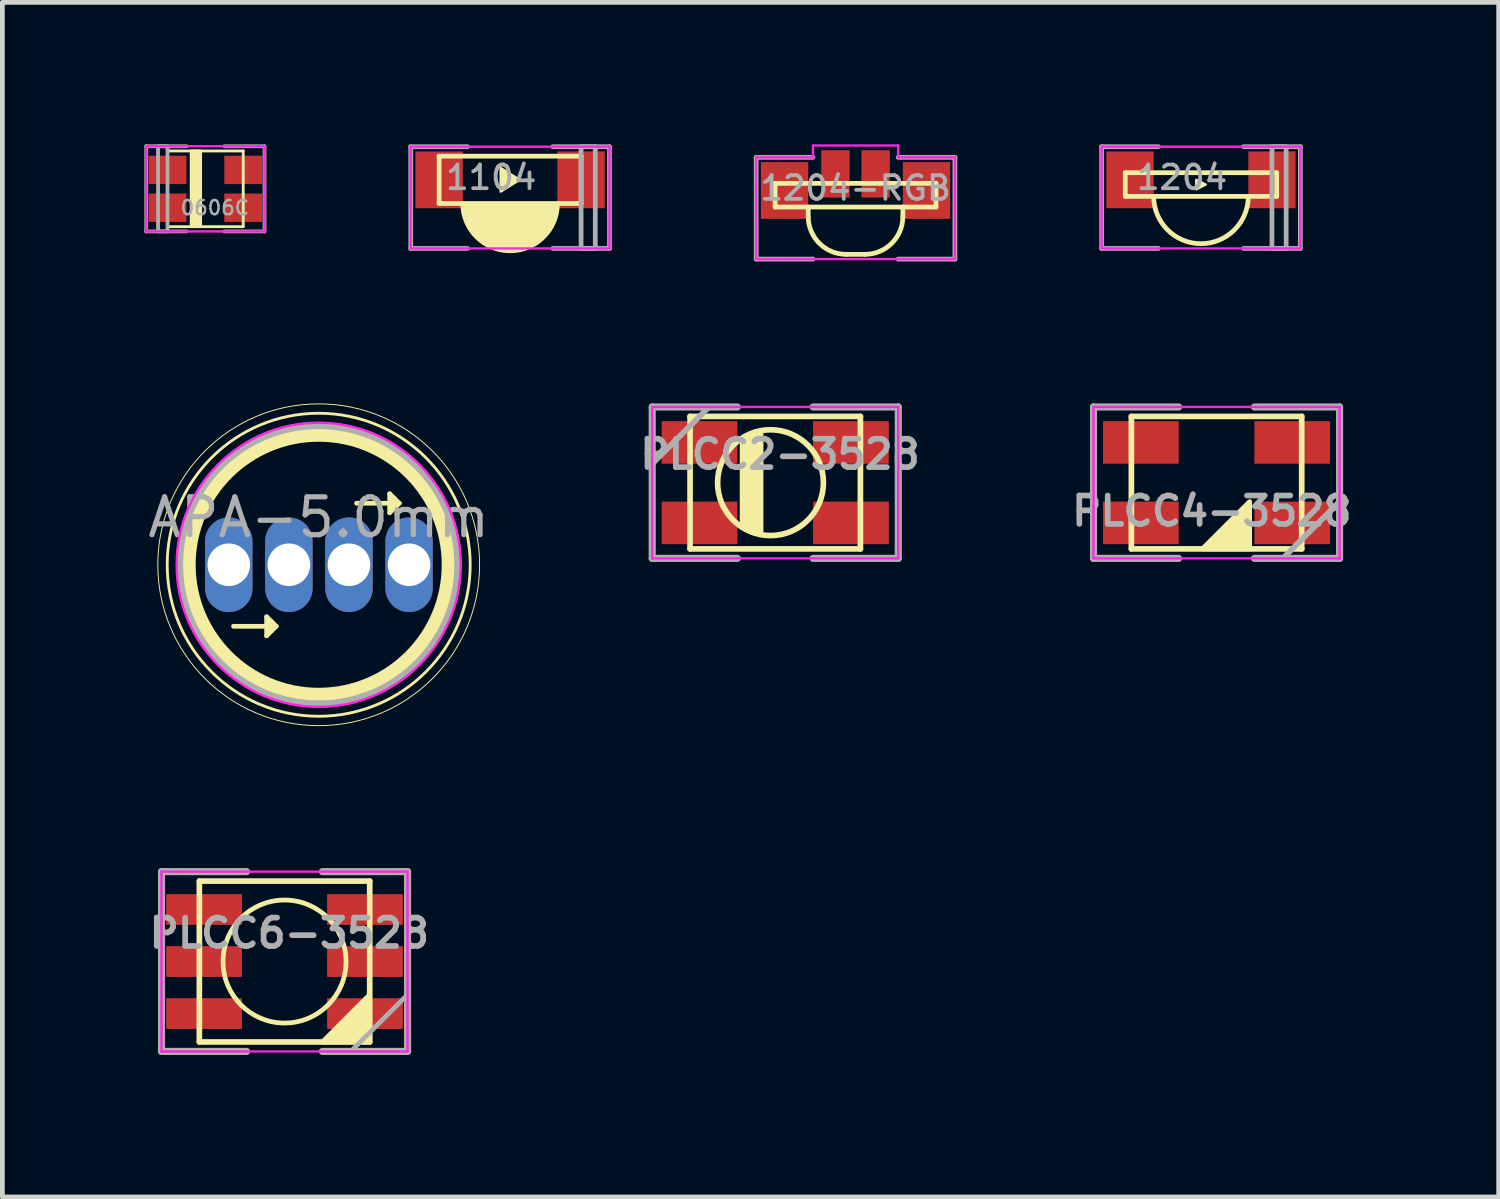
<source format=kicad_pcb>
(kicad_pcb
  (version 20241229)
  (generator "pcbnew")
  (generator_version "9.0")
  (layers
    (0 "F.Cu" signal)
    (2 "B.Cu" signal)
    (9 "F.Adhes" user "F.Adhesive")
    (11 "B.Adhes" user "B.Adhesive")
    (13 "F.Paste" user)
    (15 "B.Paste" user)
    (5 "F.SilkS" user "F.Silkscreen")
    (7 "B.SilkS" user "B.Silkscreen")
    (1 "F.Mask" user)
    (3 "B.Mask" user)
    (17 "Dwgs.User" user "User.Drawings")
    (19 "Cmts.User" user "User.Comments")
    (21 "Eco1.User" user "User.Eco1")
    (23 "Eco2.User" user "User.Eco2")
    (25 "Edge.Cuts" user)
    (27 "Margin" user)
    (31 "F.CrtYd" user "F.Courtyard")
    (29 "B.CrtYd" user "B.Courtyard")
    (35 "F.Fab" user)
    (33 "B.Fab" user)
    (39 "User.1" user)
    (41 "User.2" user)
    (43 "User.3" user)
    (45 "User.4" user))
  (footprint "PLCC6-3528"
    (layer "F.Cu")
    (at 2.963 17.27)
    (property "Reference" "PLCC6-3528" (at 0.1 -0.6 0) (layer "F.Fab") (effects (font (size 0.6 0.6) (thickness 0.12))))
    (attr smd)
    (fp_line (start -1.8 1.7) (end -1.8 -1.7) (stroke (width 0.12) (type solid)) (layer "F.SilkS"))
    (fp_line (start 1.8 -1.7) (end -1.8 -1.7) (stroke (width 0.12) (type solid)) (layer "F.SilkS"))
    (fp_line (start 1.8 -1.7) (end 1.8 1.7) (stroke (width 0.12) (type solid)) (layer "F.SilkS"))
    (fp_line (start 1.8 1.7) (end -1.8 1.7) (stroke (width 0.12) (type solid)) (layer "F.SilkS"))
    (fp_circle (center 0 0) (end 1.3 0) (stroke (width 0.1) (type solid)) (fill no) (layer "F.SilkS"))
    (fp_poly (pts (xy 0.8 1.7) (xy 1.8 0.7) (xy 1.8 1.7)) (stroke (width 0.1) (type solid)) (fill yes) (layer "F.SilkS"))
    (fp_line (start -2.6 1.9) (end -2.6 -1.9) (stroke (width 0.05) (type solid)) (layer "F.CrtYd"))
    (fp_line (start 2.6 -1.9) (end -2.6 -1.9) (stroke (width 0.05) (type solid)) (layer "F.CrtYd"))
    (fp_line (start 2.6 1.9) (end -2.6 1.9) (stroke (width 0.05) (type solid)) (layer "F.CrtYd"))
    (fp_line (start 2.6 1.9) (end 2.6 -1.9) (stroke (width 0.05) (type solid)) (layer "F.CrtYd"))
    (fp_line (start -2.6 -1.9) (end -2.6 1.9) (stroke (width 0.15) (type solid)) (layer "F.Fab"))
    (fp_line (start -2.6 1.9) (end -0.8 1.9) (stroke (width 0.15) (type solid)) (layer "F.Fab"))
    (fp_line (start -0.8 -1.9) (end -2.6 -1.9) (stroke (width 0.15) (type solid)) (layer "F.Fab"))
    (fp_line (start 2.6 -1.9) (end 0.8 -1.9) (stroke (width 0.15) (type solid)) (layer "F.Fab"))
    (fp_line (start 2.6 -1.9) (end 2.6 1.9) (stroke (width 0.15) (type solid)) (layer "F.Fab"))
    (fp_line (start 2.6 1.9) (end 0.8 1.9) (stroke (width 0.15) (type solid)) (layer "F.Fab"))
    (fp_poly (pts (xy 1.4 1.9) (xy 2.6 0.7) (xy 2.6 1.9)) (stroke (width 0.1) (type solid)) (fill no) (layer "F.Fab"))
    (pad "1" smd rect (at -1.7 -1.1) (size 1.6 0.65) (layers "F.Cu" "F.Mask" "F.Paste"))
    (pad "2" smd rect (at 1.7 -1.1) (size 1.6 0.65) (layers "F.Cu" "F.Mask" "F.Paste"))
    (pad "3" smd rect (at -1.7 0) (size 1.6 0.65) (layers "F.Cu" "F.Mask" "F.Paste"))
    (pad "4" smd rect (at 1.7 0) (size 1.6 0.65) (layers "F.Cu" "F.Mask" "F.Paste"))
    (pad "5" smd rect (at -1.7 1.1) (size 1.6 0.65) (layers "F.Cu" "F.Mask" "F.Paste"))
    (pad "6" smd rect (at 1.7 1.1) (size 1.6 0.65) (layers "F.Cu" "F.Mask" "F.Paste")))
  (footprint "PLCC2-3528"
    (layer "F.Cu")
    (at 13.333 7.15)
    (property "Reference" "PLCC2-3528" (at 0.1 -0.6 0) (layer "F.Fab") (effects (font (size 0.6 0.6) (thickness 0.12))))
    (attr smd)
    (fp_line (start -1.8 -1.4) (end 1.8 -1.4) (stroke (width 0.12) (type solid)) (layer "F.SilkS"))
    (fp_line (start -1.8 1.4) (end -1.8 -1.4) (stroke (width 0.12) (type solid)) (layer "F.SilkS"))
    (fp_line (start 1.8 -1.4) (end 1.8 1.4) (stroke (width 0.12) (type solid)) (layer "F.SilkS"))
    (fp_line (start 1.8 1.4) (end -1.8 1.4) (stroke (width 0.12) (type solid)) (layer "F.SilkS"))
    (fp_circle (center -0.1 0) (end 0.9 0.5) (stroke (width 0.12) (type solid)) (fill no) (layer "F.SilkS"))
    (fp_poly (pts (xy -0.3 1.1) (xy -0.7 0.9) (xy -0.7 -0.9) (xy -0.3 -1.1)) (stroke (width 0.1) (type solid)) (fill yes) (layer "F.SilkS"))
    (fp_line (start -2.6 1.6) (end -2.6 -1.6) (stroke (width 0.05) (type solid)) (layer "F.CrtYd"))
    (fp_line (start 2.6 -1.6) (end -2.6 -1.6) (stroke (width 0.05) (type solid)) (layer "F.CrtYd"))
    (fp_line (start 2.6 1.6) (end -2.6 1.6) (stroke (width 0.05) (type solid)) (layer "F.CrtYd"))
    (fp_line (start 2.6 1.6) (end 2.6 -1.6) (stroke (width 0.05) (type solid)) (layer "F.CrtYd"))
    (fp_line (start -2.6 -1.6) (end -2.6 1.6) (stroke (width 0.15) (type solid)) (layer "F.Fab"))
    (fp_line (start -2.6 -0.4) (end -1.4 -1.6) (stroke (width 0.12) (type solid)) (layer "F.Fab"))
    (fp_line (start -2.6 1.6) (end -0.8 1.6) (stroke (width 0.15) (type solid)) (layer "F.Fab"))
    (fp_line (start -0.8 -1.6) (end -2.6 -1.6) (stroke (width 0.15) (type solid)) (layer "F.Fab"))
    (fp_line (start 2.6 -1.6) (end 0.8 -1.6) (stroke (width 0.15) (type solid)) (layer "F.Fab"))
    (fp_line (start 2.6 -1.6) (end 2.6 1.6) (stroke (width 0.15) (type solid)) (layer "F.Fab"))
    (fp_line (start 2.6 1.6) (end 0.8 1.6) (stroke (width 0.15) (type solid)) (layer "F.Fab"))
    (fp_poly (pts (xy -1.4 -1.6) (xy -2.6 -0.4) (xy -2.6 -1.6)) (stroke (width 0.1) (type solid)) (fill no) (layer "F.Fab"))
    (pad "" smd rect (at -1.6 -0.85) (size 1.6 0.9) (layers "F.Cu" "F.Mask" "F.Paste"))
    (pad "" smd rect (at 1.6 0.85) (size 1.6 0.9) (layers "F.Cu" "F.Mask" "F.Paste"))
    (pad "1" smd rect (at -1.6 0.85) (size 1.6 0.9) (layers "F.Cu" "F.Mask" "F.Paste"))
    (pad "2" smd rect (at 1.6 -0.85) (size 1.6 0.9) (layers "F.Cu" "F.Mask" "F.Paste")))
  (footprint "APA-5.0mm"
    (layer "F.Cu")
    (at 3.685 8.885)
    (property "Reference" "APA-5.0mm" (at 0 -1 0) (layer "F.Fab") (effects (font (size 0.8 0.8) (thickness 0.11))))
    (attr through_hole)
    (fp_line (start -1.8 1.3) (end -0.9 1.3) (stroke (width 0.1) (type solid)) (layer "F.SilkS"))
    (fp_line (start -1.1 1.1) (end -1.1 1.5) (stroke (width 0.1) (type solid)) (layer "F.SilkS"))
    (fp_line (start -1.1 1.3) (end -1 1.4) (stroke (width 0.1) (type solid)) (layer "F.SilkS"))
    (fp_line (start -1.1 1.5) (end -0.9 1.3) (stroke (width 0.1) (type solid)) (layer "F.SilkS"))
    (fp_line (start -1 1.2) (end -1.1 1.3) (stroke (width 0.1) (type solid)) (layer "F.SilkS"))
    (fp_line (start -0.9 1.3) (end -1.1 1.1) (stroke (width 0.1) (type solid)) (layer "F.SilkS"))
    (fp_line (start 0.8 -1.3) (end 1.7 -1.3) (stroke (width 0.1) (type solid)) (layer "F.SilkS"))
    (fp_line (start 1.5 -1.5) (end 1.5 -1.1) (stroke (width 0.1) (type solid)) (layer "F.SilkS"))
    (fp_line (start 1.5 -1.3) (end 1.6 -1.2) (stroke (width 0.1) (type solid)) (layer "F.SilkS"))
    (fp_line (start 1.5 -1.1) (end 1.7 -1.3) (stroke (width 0.1) (type solid)) (layer "F.SilkS"))
    (fp_line (start 1.6 -1.4) (end 1.5 -1.3) (stroke (width 0.1) (type solid)) (layer "F.SilkS"))
    (fp_line (start 1.7 -1.3) (end 1.5 -1.5) (stroke (width 0.1) (type solid)) (layer "F.SilkS"))
    (fp_circle (center 0 0) (end 2.8 0) (stroke (width 0.4) (type solid)) (fill no) (layer "F.SilkS"))
    (fp_circle (center 0 0) (end 3.2 0.1) (stroke (width 0.06) (type solid)) (fill no) (layer "F.SilkS"))
    (fp_circle (center 0 0) (end 3.4 0) (stroke (width 0.02) (type solid)) (fill no) (layer "F.SilkS"))
    (fp_circle (center 0 0) (end 2.6 1.5) (stroke (width 0.05) (type solid)) (fill no) (layer "F.CrtYd"))
    (fp_circle (center 0 0) (end 2.4 1.7) (stroke (width 0.15) (type solid)) (fill no) (layer "F.Fab"))
    (pad "1" thru_hole oval (at -0.63 0) (size 1 2) (drill 0.9) (layers "*.Cu" "*.Mask"))
    (pad "2" thru_hole oval (at 1.91 0) (size 1 2) (drill 0.9) (layers "*.Cu" "*.Mask"))
    (pad "3" thru_hole oval (at 0.64 0) (size 1 2) (drill 0.9) (layers "*.Cu" "*.Mask"))
    (pad "4" thru_hole oval (at -1.9 0) (size 1 2) (drill 0.9) (layers "*.Cu" "*.Mask")))
  (footprint "1104"
    (layer "F.Cu")
    (at 7.73 0.9)
    (property "Reference" "1104" (at -0.4 -0.2 0) (layer "F.Fab") (effects (font (size 0.5 0.5) (thickness 0.08))))
    (attr smd)
    (fp_line (start -1.5 -0.65) (end 1.5 -0.65) (stroke (width 0.1) (type solid)) (layer "F.SilkS"))
    (fp_line (start -1.5 0.35) (end -1.5 -0.65) (stroke (width 0.1) (type solid)) (layer "F.SilkS"))
    (fp_line (start 1.5 0.35) (end -1.5 0.35) (stroke (width 0.1) (type solid)) (layer "F.SilkS"))
    (fp_line (start 1.5 0.35) (end 1.5 -0.65) (stroke (width 0.1) (type solid)) (layer "F.SilkS"))
    (fp_arc (start 1 0.35) (mid 0 1.35) (end -1 0.35) (stroke (width 0.1) (type solid)) (layer "F.SilkS"))
    (fp_poly (pts (xy -0.2 -0.4) (xy 0.2 -0.15) (xy -0.2 0.1)) (stroke (width 0.05) (type solid)) (fill yes) (layer "F.SilkS"))
    (fp_poly (pts (xy 0.95 0.7) (xy 0.8 0.95) (xy 0.55 1.2) (xy 0.35 1.3) (xy 0 1.35) (xy -0.35 1.3) (xy -0.55 1.2) (xy -0.8 0.95) (xy -0.95 0.7) (xy -1 0.35) (xy 1 0.35)) (stroke (width 0.05) (type solid)) (fill yes) (layer "F.SilkS"))
    (fp_line (start -2.1 -0.85) (end -2.1 1.3) (stroke (width 0.05) (type solid)) (layer "F.CrtYd"))
    (fp_line (start -2.1 1.3) (end 2.1 1.3) (stroke (width 0.05) (type solid)) (layer "F.CrtYd"))
    (fp_line (start 2.1 -0.85) (end -2.1 -0.85) (stroke (width 0.05) (type solid)) (layer "F.CrtYd"))
    (fp_line (start 2.1 1.3) (end 2.1 -0.85) (stroke (width 0.05) (type solid)) (layer "F.CrtYd"))
    (fp_line (start -2.1 -0.85) (end -2.1 1.3) (stroke (width 0.1) (type solid)) (layer "F.Fab"))
    (fp_line (start -2.1 1.3) (end -0.9 1.3) (stroke (width 0.1) (type solid)) (layer "F.Fab"))
    (fp_line (start -0.9 -0.85) (end -2.1 -0.85) (stroke (width 0.1) (type solid)) (layer "F.Fab"))
    (fp_line (start 0.9 -0.85) (end 2.1 -0.85) (stroke (width 0.1) (type solid)) (layer "F.Fab"))
    (fp_line (start 2.1 -0.85) (end 2.1 1.3) (stroke (width 0.1) (type solid)) (layer "F.Fab"))
    (fp_line (start 2.1 1.3) (end 0.9 1.3) (stroke (width 0.1) (type solid)) (layer "F.Fab"))
    (fp_poly (pts (xy 1.8 1.3) (xy 1.5 1.3) (xy 1.5 -0.85) (xy 1.8 -0.85)) (stroke (width 0.1) (type solid)) (fill no) (layer "F.Fab"))
    (pad "1" smd rect (at 1.5 -0.15) (size 1 1.2) (layers "F.Cu" "F.Mask" "F.Paste"))
    (pad "2" smd rect (at -1.5 -0.15) (size 1 1.2) (layers "F.Cu" "F.Mask" "F.Paste")))
  (footprint "0606C"
    (layer "F.Cu")
    (at 1.29 0.94)
    (property "Reference" "0606C" (at 0.2 0.4 0) (layer "F.Fab") (effects (font (size 0.3 0.3) (thickness 0.05))))
    (attr smd)
    (fp_line (start -0.8 -0.8) (end -0.8 0.8) (stroke (width 0.06) (type solid)) (layer "F.SilkS"))
    (fp_line (start -0.8 0.8) (end 0.8 0.8) (stroke (width 0.06) (type solid)) (layer "F.SilkS"))
    (fp_line (start 0.8 -0.8) (end -0.8 -0.8) (stroke (width 0.06) (type solid)) (layer "F.SilkS"))
    (fp_line (start 0.8 -0.8) (end 0.8 0.8) (stroke (width 0.06) (type solid)) (layer "F.SilkS"))
    (fp_poly (pts (xy -0.3 -0.8) (xy -0.3 0.8) (xy -0.1 0.8) (xy -0.1 -0.8)) (stroke (width 0.06) (type solid)) (fill yes) (layer "F.SilkS"))
    (fp_line (start -1.25 -0.9) (end 1.25 -0.9) (stroke (width 0.05) (type solid)) (layer "F.CrtYd"))
    (fp_line (start -1.25 0.9) (end -1.25 -0.9) (stroke (width 0.05) (type solid)) (layer "F.CrtYd"))
    (fp_line (start 1.25 -0.9) (end 1.25 0.9) (stroke (width 0.05) (type solid)) (layer "F.CrtYd"))
    (fp_line (start 1.25 0.9) (end -1.25 0.9) (stroke (width 0.05) (type solid)) (layer "F.CrtYd"))
    (fp_line (start -1.25 -0.9) (end -1.25 0.9) (stroke (width 0.08) (type solid)) (layer "F.Fab"))
    (fp_line (start -1.25 0.9) (end -0.4 0.9) (stroke (width 0.08) (type solid)) (layer "F.Fab"))
    (fp_line (start -0.4 -0.9) (end -1.25 -0.9) (stroke (width 0.08) (type solid)) (layer "F.Fab"))
    (fp_line (start 0.4 -0.9) (end 1.25 -0.9) (stroke (width 0.08) (type solid)) (layer "F.Fab"))
    (fp_line (start 1.25 -0.9) (end 1.25 0.9) (stroke (width 0.08) (type solid)) (layer "F.Fab"))
    (fp_line (start 1.25 0.9) (end 0.4 0.9) (stroke (width 0.08) (type solid)) (layer "F.Fab"))
    (fp_poly (pts (xy -1 -0.9) (xy -1 0.9) (xy -0.8 0.9) (xy -0.8 -0.9)) (stroke (width 0.08) (type solid)) (fill no) (layer "F.Fab"))
    (pad "1" smd rect (at -0.8 -0.4) (size 0.8 0.6) (layers "F.Cu" "F.Mask" "F.Paste"))
    (pad "1" smd rect (at -0.8 0.4) (size 0.8 0.6) (layers "F.Cu" "F.Mask" "F.Paste"))
    (pad "2" smd rect (at 0.8 -0.4) (size 0.8 0.6) (layers "F.Cu" "F.Mask" "F.Paste"))
    (pad "2" smd rect (at 0.8 0.4) (size 0.8 0.6) (layers "F.Cu" "F.Mask" "F.Paste")))
  (footprint "1204-RGB"
    (layer "F.Cu")
    (at 15.03 1.125)
    (property "Reference" "1204-RGB" (at 0 -0.2 0) (layer "F.Fab") (effects (font (size 0.5 0.5) (thickness 0.08))))
    (attr smd)
    (fp_line (start -1.7 -0.3) (end 1.7 -0.3) (stroke (width 0.1) (type solid)) (layer "F.SilkS"))
    (fp_line (start -1.7 0.2) (end -1.7 -0.3) (stroke (width 0.1) (type solid)) (layer "F.SilkS"))
    (fp_line (start -1 0.2) (end -1 0.4) (stroke (width 0.1) (type solid)) (layer "F.SilkS"))
    (fp_line (start -0.2 1.2) (end 0.2 1.2) (stroke (width 0.1) (type solid)) (layer "F.SilkS"))
    (fp_line (start 1 0.2) (end 1 0.4) (stroke (width 0.1) (type solid)) (layer "F.SilkS"))
    (fp_line (start 1.7 -0.3) (end 1.7 0.2) (stroke (width 0.1) (type solid)) (layer "F.SilkS"))
    (fp_line (start 1.7 0.2) (end -1.7 0.2) (stroke (width 0.1) (type solid)) (layer "F.SilkS"))
    (fp_arc (start -0.2 1.2) (mid -0.765685 0.965685) (end -1 0.4) (stroke (width 0.1) (type solid)) (layer "F.SilkS"))
    (fp_arc (start 1 0.4) (mid 0.765685 0.965685) (end 0.2 1.2) (stroke (width 0.1) (type solid)) (layer "F.SilkS"))
    (fp_line (start -2.1 -0.85) (end -2.1 1.3) (stroke (width 0.05) (type solid)) (layer "F.CrtYd"))
    (fp_line (start -2.1 1.3) (end 2.1 1.3) (stroke (width 0.05) (type solid)) (layer "F.CrtYd"))
    (fp_line (start -0.9 -1.1) (end -0.9 -0.85) (stroke (width 0.05) (type solid)) (layer "F.CrtYd"))
    (fp_line (start -0.9 -0.85) (end -2.1 -0.85) (stroke (width 0.05) (type solid)) (layer "F.CrtYd"))
    (fp_line (start 0.9 -1.1) (end -0.9 -1.1) (stroke (width 0.05) (type solid)) (layer "F.CrtYd"))
    (fp_line (start 0.9 -1.1) (end 0.9 -0.85) (stroke (width 0.05) (type solid)) (layer "F.CrtYd"))
    (fp_line (start 2.1 -0.85) (end 0.9 -0.85) (stroke (width 0.05) (type solid)) (layer "F.CrtYd"))
    (fp_line (start 2.1 1.3) (end 2.1 -0.85) (stroke (width 0.05) (type solid)) (layer "F.CrtYd"))
    (fp_line (start -2.1 -0.85) (end -2.1 1.3) (stroke (width 0.1) (type solid)) (layer "F.Fab"))
    (fp_line (start -2.1 1.3) (end -0.9 1.3) (stroke (width 0.1) (type solid)) (layer "F.Fab"))
    (fp_line (start -0.9 -0.85) (end -2.1 -0.85) (stroke (width 0.1) (type solid)) (layer "F.Fab"))
    (fp_line (start 0.9 -0.85) (end 2.1 -0.85) (stroke (width 0.1) (type solid)) (layer "F.Fab"))
    (fp_line (start 2.1 -0.85) (end 2.1 1.3) (stroke (width 0.1) (type solid)) (layer "F.Fab"))
    (fp_line (start 2.1 1.3) (end 0.9 1.3) (stroke (width 0.1) (type solid)) (layer "F.Fab"))
    (pad "1" smd rect (at -1.5 -0.15) (size 1 1.2) (layers "F.Cu" "F.Mask" "F.Paste"))
    (pad "2" smd rect (at -0.425 -0.5) (size 0.6 1) (layers "F.Cu" "F.Mask" "F.Paste"))
    (pad "3" smd rect (at 0.425 -0.5) (size 0.6 1) (layers "F.Cu" "F.Mask" "F.Paste"))
    (pad "4" smd rect (at 1.5 -0.15) (size 1 1.2) (layers "F.Cu" "F.Mask" "F.Paste")))
  (footprint "1204"
    (layer "F.Cu")
    (at 22.33 0.9)
    (property "Reference" "1204" (at -0.4 -0.2 0) (layer "F.Fab") (effects (font (size 0.5 0.5) (thickness 0.08))))
    (attr smd)
    (fp_line (start -1.6 -0.3) (end 1.6 -0.3) (stroke (width 0.1) (type solid)) (layer "F.SilkS"))
    (fp_line (start -1.6 0.2) (end -1.6 -0.3) (stroke (width 0.1) (type solid)) (layer "F.SilkS"))
    (fp_line (start 1.6 0.2) (end -1.6 0.2) (stroke (width 0.1) (type solid)) (layer "F.SilkS"))
    (fp_line (start 1.6 0.2) (end 1.6 -0.3) (stroke (width 0.1) (type solid)) (layer "F.SilkS"))
    (fp_arc (start 1 0.2) (mid 0 1.2) (end -1 0.2) (stroke (width 0.1) (type solid)) (layer "F.SilkS"))
    (fp_poly (pts (xy -0.1 -0.15) (xy 0.1 -0.05) (xy -0.1 0.05)) (stroke (width 0.05) (type solid)) (fill yes) (layer "F.SilkS"))
    (fp_line (start -2.1 -0.85) (end -2.1 1.3) (stroke (width 0.05) (type solid)) (layer "F.CrtYd"))
    (fp_line (start -2.1 1.3) (end 2.1 1.3) (stroke (width 0.05) (type solid)) (layer "F.CrtYd"))
    (fp_line (start 2.1 -0.85) (end -2.1 -0.85) (stroke (width 0.05) (type solid)) (layer "F.CrtYd"))
    (fp_line (start 2.1 1.3) (end 2.1 -0.85) (stroke (width 0.05) (type solid)) (layer "F.CrtYd"))
    (fp_line (start -2.1 -0.85) (end -2.1 1.3) (stroke (width 0.1) (type solid)) (layer "F.Fab"))
    (fp_line (start -2.1 1.3) (end -0.9 1.3) (stroke (width 0.1) (type solid)) (layer "F.Fab"))
    (fp_line (start -0.9 -0.85) (end -2.1 -0.85) (stroke (width 0.1) (type solid)) (layer "F.Fab"))
    (fp_line (start 0.9 -0.85) (end 2.1 -0.85) (stroke (width 0.1) (type solid)) (layer "F.Fab"))
    (fp_line (start 2.1 -0.85) (end 2.1 1.3) (stroke (width 0.1) (type solid)) (layer "F.Fab"))
    (fp_line (start 2.1 1.3) (end 0.9 1.3) (stroke (width 0.1) (type solid)) (layer "F.Fab"))
    (fp_poly (pts (xy 1.8 1.3) (xy 1.5 1.3) (xy 1.5 -0.85) (xy 1.8 -0.85)) (stroke (width 0.1) (type solid)) (fill no) (layer "F.Fab"))
    (pad "1" smd rect (at 1.5 -0.15) (size 1 1.2) (layers "F.Cu" "F.Mask" "F.Paste"))
    (pad "2" smd rect (at -1.5 -0.15) (size 1 1.2) (layers "F.Cu" "F.Mask" "F.Paste")))
  (footprint "PLCC4-3528"
    (layer "F.Cu")
    (at 22.659 7.15)
    (property "Reference" "PLCC4-3528" (at -0.1 0.6 180) (layer "F.Fab") (effects (font (size 0.6 0.6) (thickness 0.12))))
    (attr smd)
    (fp_line (start -1.8 -1.4) (end 1.8 -1.4) (stroke (width 0.12) (type solid)) (layer "F.SilkS"))
    (fp_line (start -1.8 1.4) (end -1.8 -1.4) (stroke (width 0.12) (type solid)) (layer "F.SilkS"))
    (fp_line (start 1.8 -1.4) (end 1.8 1.4) (stroke (width 0.12) (type solid)) (layer "F.SilkS"))
    (fp_line (start 1.8 1.4) (end -1.8 1.4) (stroke (width 0.12) (type solid)) (layer "F.SilkS"))
    (fp_poly (pts (xy 0.7 1.4) (xy 0.7 0.4) (xy -0.3 1.4)) (stroke (width 0.1) (type solid)) (fill yes) (layer "F.SilkS"))
    (fp_line (start -2.6 -1.6) (end -2.6 1.6) (stroke (width 0.05) (type solid)) (layer "F.CrtYd"))
    (fp_line (start -2.6 -1.6) (end 2.6 -1.6) (stroke (width 0.05) (type solid)) (layer "F.CrtYd"))
    (fp_line (start -2.6 1.6) (end 2.6 1.6) (stroke (width 0.05) (type solid)) (layer "F.CrtYd"))
    (fp_line (start 2.6 -1.6) (end 2.6 1.6) (stroke (width 0.05) (type solid)) (layer "F.CrtYd"))
    (fp_line (start -2.6 -1.6) (end -0.8 -1.6) (stroke (width 0.15) (type solid)) (layer "F.Fab"))
    (fp_line (start -2.6 1.6) (end -2.6 -1.6) (stroke (width 0.15) (type solid)) (layer "F.Fab"))
    (fp_line (start -2.6 1.6) (end -0.8 1.6) (stroke (width 0.15) (type solid)) (layer "F.Fab"))
    (fp_line (start 0.8 1.6) (end 2.6 1.6) (stroke (width 0.15) (type solid)) (layer "F.Fab"))
    (fp_line (start 2.6 -1.6) (end 0.8 -1.6) (stroke (width 0.15) (type solid)) (layer "F.Fab"))
    (fp_line (start 2.6 0.4) (end 1.4 1.6) (stroke (width 0.12) (type solid)) (layer "F.Fab"))
    (fp_line (start 2.6 1.6) (end 2.6 -1.6) (stroke (width 0.15) (type solid)) (layer "F.Fab"))
    (fp_poly (pts (xy 1.4 1.6) (xy 2.6 0.4) (xy 2.6 1.6)) (stroke (width 0.1) (type solid)) (fill no) (layer "F.Fab"))
    (pad "1" smd rect (at -1.6 0.85 180) (size 1.6 0.9) (layers "F.Cu" "F.Mask" "F.Paste"))
    (pad "2" smd rect (at -1.6 -0.85 180) (size 1.6 0.9) (layers "F.Cu" "F.Mask" "F.Paste"))
    (pad "3" smd rect (at 1.6 -0.85 180) (size 1.6 0.9) (layers "F.Cu" "F.Mask" "F.Paste"))
    (pad "4" smd rect (at 1.6 0.85 180) (size 1.6 0.9) (layers "F.Cu" "F.Mask" "F.Paste")))
  (gr_rect
    (start -3 -3)
    (end 28.621 22.245)
    (stroke (width 0.1) (type default))
    (fill no)
    (layer "Edge.Cuts")))
</source>
